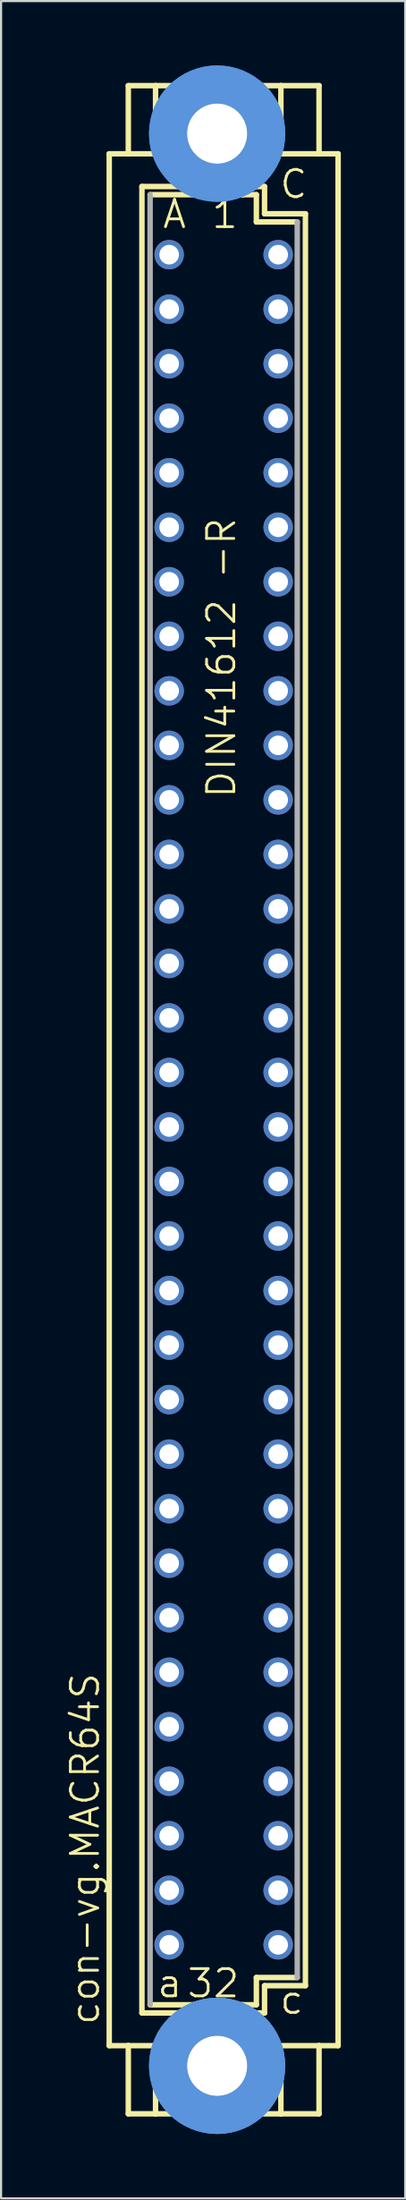
<source format=kicad_pcb>
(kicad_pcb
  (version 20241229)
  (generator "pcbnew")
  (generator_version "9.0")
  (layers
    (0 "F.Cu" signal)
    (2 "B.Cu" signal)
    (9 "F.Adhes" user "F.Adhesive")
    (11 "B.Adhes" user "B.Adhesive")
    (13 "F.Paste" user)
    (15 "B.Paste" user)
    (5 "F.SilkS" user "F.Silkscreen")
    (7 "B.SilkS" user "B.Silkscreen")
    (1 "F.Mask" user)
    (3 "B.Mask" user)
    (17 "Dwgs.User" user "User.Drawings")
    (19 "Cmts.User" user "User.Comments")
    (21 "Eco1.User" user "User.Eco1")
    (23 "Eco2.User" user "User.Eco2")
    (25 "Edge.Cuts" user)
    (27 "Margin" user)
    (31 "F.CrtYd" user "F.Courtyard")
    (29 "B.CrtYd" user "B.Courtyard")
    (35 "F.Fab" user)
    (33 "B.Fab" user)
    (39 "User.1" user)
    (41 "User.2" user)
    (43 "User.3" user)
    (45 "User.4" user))
  (footprint "con-vg.MACR64S"
    (layer "F.Cu")
    (at 7.375 48.184)
    (property "Reference" "con-vg.MACR64S" (at -5.715 43.18 90) (layer "F.SilkS") (effects (font (size 1.27 1.27) (thickness 0.13)) (justify left bottom)))
    (attr through_hole)
    (fp_line (start -5.334 -44.069) (end -4.445 -44.069) (stroke (width 0.254) (type default)) (layer "F.SilkS"))
    (fp_line (start -5.334 44.069) (end -5.334 -44.069) (stroke (width 0.254) (type default)) (layer "F.SilkS"))
    (fp_line (start -5.334 44.069) (end -4.445 44.069) (stroke (width 0.254) (type default)) (layer "F.SilkS"))
    (fp_line (start -4.445 -47.244) (end -4.445 -44.069) (stroke (width 0.254) (type default)) (layer "F.SilkS"))
    (fp_line (start -4.445 -44.069) (end -2.921 -44.069) (stroke (width 0.254) (type default)) (layer "F.SilkS"))
    (fp_line (start -4.445 44.069) (end -4.445 47.244) (stroke (width 0.254) (type default)) (layer "F.SilkS"))
    (fp_line (start -4.445 44.069) (end -2.921 44.069) (stroke (width 0.254) (type default)) (layer "F.SilkS"))
    (fp_line (start -3.81 -42.545) (end -3.81 42.545) (stroke (width 0.254) (type default)) (layer "F.SilkS"))
    (fp_line (start -3.81 42.545) (end -1.651 42.545) (stroke (width 0.254) (type default)) (layer "F.SilkS"))
    (fp_line (start -3.429 -42.164) (end -1.27 -42.164) (stroke (width 0.254) (type default)) (layer "F.SilkS"))
    (fp_line (start -3.429 42.164) (end -1.397 42.164) (stroke (width 0.254) (type default)) (layer "F.SilkS"))
    (fp_line (start -3.175 -47.244) (end -4.445 -47.244) (stroke (width 0.254) (type default)) (layer "F.SilkS"))
    (fp_line (start -3.175 -47.244) (end -3.175 -44.45) (stroke (width 0.254) (type default)) (layer "F.SilkS"))
    (fp_line (start -3.175 47.244) (end -4.445 47.244) (stroke (width 0.254) (type default)) (layer "F.SilkS"))
    (fp_line (start -3.175 47.244) (end -3.175 44.45) (stroke (width 0.254) (type default)) (layer "F.SilkS"))
    (fp_line (start -3.175 47.244) (end 2.667 47.244) (stroke (width 0.254) (type default)) (layer "F.SilkS"))
    (fp_line (start -1.651 -42.545) (end -3.81 -42.545) (stroke (width 0.254) (type default)) (layer "F.SilkS"))
    (fp_line (start -1.651 -42.545) (end -3.175 -44.45) (stroke (width 0.254) (type default)) (layer "F.SilkS"))
    (fp_line (start -1.651 -42.545) (end -1.27 -42.164) (stroke (width 0.254) (type default)) (layer "F.SilkS"))
    (fp_line (start -1.651 42.545) (end -3.175 44.45) (stroke (width 0.254) (type default)) (layer "F.SilkS"))
    (fp_line (start -1.651 42.545) (end -1.397 42.164) (stroke (width 0.254) (type default)) (layer "F.SilkS"))
    (fp_line (start -1.397 42.164) (end 0.889 42.164) (stroke (width 0.254) (type default)) (layer "F.SilkS"))
    (fp_line (start -1.27 -42.164) (end 0.889 -42.164) (stroke (width 0.254) (type default)) (layer "F.SilkS"))
    (fp_line (start 0.889 -42.164) (end 1.143 -42.545) (stroke (width 0.254) (type default)) (layer "F.SilkS"))
    (fp_line (start 0.889 -42.164) (end 1.524 -42.164) (stroke (width 0.254) (type default)) (layer "F.SilkS"))
    (fp_line (start 0.889 42.164) (end 1.524 42.164) (stroke (width 0.254) (type default)) (layer "F.SilkS"))
    (fp_line (start 1.143 -42.545) (end 2.667 -44.45) (stroke (width 0.254) (type default)) (layer "F.SilkS"))
    (fp_line (start 1.143 42.545) (end 0.889 42.164) (stroke (width 0.254) (type default)) (layer "F.SilkS"))
    (fp_line (start 1.143 42.545) (end 1.905 42.545) (stroke (width 0.254) (type default)) (layer "F.SilkS"))
    (fp_line (start 1.143 42.545) (end 2.667 44.45) (stroke (width 0.254) (type default)) (layer "F.SilkS"))
    (fp_line (start 1.524 -42.164) (end 1.524 -40.894) (stroke (width 0.254) (type default)) (layer "F.SilkS"))
    (fp_line (start 1.524 -40.894) (end 3.429 -40.894) (stroke (width 0.254) (type default)) (layer "F.SilkS"))
    (fp_line (start 1.524 40.894) (end 3.429 40.894) (stroke (width 0.254) (type default)) (layer "F.SilkS"))
    (fp_line (start 1.524 42.164) (end 1.524 40.894) (stroke (width 0.254) (type default)) (layer "F.SilkS"))
    (fp_line (start 1.905 -42.545) (end 1.143 -42.545) (stroke (width 0.254) (type default)) (layer "F.SilkS"))
    (fp_line (start 1.905 -41.275) (end 1.905 -42.545) (stroke (width 0.254) (type default)) (layer "F.SilkS"))
    (fp_line (start 1.905 41.275) (end 3.81 41.275) (stroke (width 0.254) (type default)) (layer "F.SilkS"))
    (fp_line (start 1.905 42.545) (end 1.905 41.275) (stroke (width 0.254) (type default)) (layer "F.SilkS"))
    (fp_line (start 2.667 -47.244) (end -3.175 -47.244) (stroke (width 0.254) (type default)) (layer "F.SilkS"))
    (fp_line (start 2.667 -47.244) (end 2.667 -44.45) (stroke (width 0.254) (type default)) (layer "F.SilkS"))
    (fp_line (start 2.667 -47.244) (end 4.445 -47.244) (stroke (width 0.254) (type default)) (layer "F.SilkS"))
    (fp_line (start 2.667 47.244) (end 2.667 44.45) (stroke (width 0.254) (type default)) (layer "F.SilkS"))
    (fp_line (start 2.667 47.244) (end 4.445 47.244) (stroke (width 0.254) (type default)) (layer "F.SilkS"))
    (fp_line (start 3.81 -41.275) (end 1.905 -41.275) (stroke (width 0.254) (type default)) (layer "F.SilkS"))
    (fp_line (start 3.81 41.275) (end 3.81 -41.275) (stroke (width 0.254) (type default)) (layer "F.SilkS"))
    (fp_line (start 4.445 -47.244) (end 4.445 -44.069) (stroke (width 0.254) (type default)) (layer "F.SilkS"))
    (fp_line (start 4.445 -44.069) (end 2.413 -44.069) (stroke (width 0.254) (type default)) (layer "F.SilkS"))
    (fp_line (start 4.445 44.069) (end 2.413 44.069) (stroke (width 0.254) (type default)) (layer "F.SilkS"))
    (fp_line (start 4.445 44.069) (end 4.445 47.244) (stroke (width 0.254) (type default)) (layer "F.SilkS"))
    (fp_line (start 5.334 -44.069) (end 4.445 -44.069) (stroke (width 0.254) (type default)) (layer "F.SilkS"))
    (fp_line (start 5.334 44.069) (end 4.445 44.069) (stroke (width 0.254) (type default)) (layer "F.SilkS"))
    (fp_line (start 5.334 44.069) (end 5.334 -44.069) (stroke (width 0.254) (type default)) (layer "F.SilkS"))
    (fp_circle (center -0.305 -45.009) (end 0.965 -45.009) (stroke (width 0.254) (type default)) (fill no) (layer "F.SilkS"))
    (fp_circle (center -0.305 45.009) (end 0.965 45.009) (stroke (width 0.254) (type default)) (fill no) (layer "F.SilkS"))
    (fp_circle (center -0.305 -45.009) (end 1.981 -45.009) (stroke (width 1.778) (type default)) (fill no) (layer "Cmts.User"))
    (fp_circle (center -0.305 -45.009) (end 1.981 -45.009) (stroke (width 1.778) (type default)) (fill no) (layer "Cmts.User"))
    (fp_circle (center -0.305 45.009) (end 1.981 45.009) (stroke (width 1.778) (type default)) (fill no) (layer "Cmts.User"))
    (fp_circle (center -0.305 45.009) (end 1.981 45.009) (stroke (width 1.778) (type default)) (fill no) (layer "Cmts.User"))
    (fp_line (start -3.429 -42.164) (end -3.429 42.164) (stroke (width 0.254) (type default)) (layer "F.Fab"))
    (fp_line (start 3.429 -40.894) (end 3.429 40.894) (stroke (width 0.254) (type default)) (layer "F.Fab"))
    (fp_rect (start -2.794 -39.116) (end -2.286 -39.624) (stroke (width 0.05) (type default)) (fill no) (layer "F.Fab"))
    (fp_rect (start -2.794 -36.576) (end -2.286 -37.084) (stroke (width 0.05) (type default)) (fill no) (layer "F.Fab"))
    (fp_rect (start -2.794 -34.036) (end -2.286 -34.544) (stroke (width 0.05) (type default)) (fill no) (layer "F.Fab"))
    (fp_rect (start -2.794 -31.496) (end -2.286 -32.004) (stroke (width 0.05) (type default)) (fill no) (layer "F.Fab"))
    (fp_rect (start -2.794 -28.956) (end -2.286 -29.464) (stroke (width 0.05) (type default)) (fill no) (layer "F.Fab"))
    (fp_rect (start -2.794 -26.416) (end -2.286 -26.924) (stroke (width 0.05) (type default)) (fill no) (layer "F.Fab"))
    (fp_rect (start -2.794 -23.876) (end -2.286 -24.384) (stroke (width 0.05) (type default)) (fill no) (layer "F.Fab"))
    (fp_rect (start -2.794 -21.336) (end -2.286 -21.844) (stroke (width 0.05) (type default)) (fill no) (layer "F.Fab"))
    (fp_rect (start -2.794 -18.796) (end -2.286 -19.304) (stroke (width 0.05) (type default)) (fill no) (layer "F.Fab"))
    (fp_rect (start -2.794 -16.256) (end -2.286 -16.764) (stroke (width 0.05) (type default)) (fill no) (layer "F.Fab"))
    (fp_rect (start -2.794 -13.716) (end -2.286 -14.224) (stroke (width 0.05) (type default)) (fill no) (layer "F.Fab"))
    (fp_rect (start -2.794 -11.176) (end -2.286 -11.684) (stroke (width 0.05) (type default)) (fill no) (layer "F.Fab"))
    (fp_rect (start -2.794 -8.636) (end -2.286 -9.144) (stroke (width 0.05) (type default)) (fill no) (layer "F.Fab"))
    (fp_rect (start -2.794 -6.096) (end -2.286 -6.604) (stroke (width 0.05) (type default)) (fill no) (layer "F.Fab"))
    (fp_rect (start -2.794 -3.556) (end -2.286 -4.064) (stroke (width 0.05) (type default)) (fill no) (layer "F.Fab"))
    (fp_rect (start -2.794 -1.016) (end -2.286 -1.524) (stroke (width 0.05) (type default)) (fill no) (layer "F.Fab"))
    (fp_rect (start -2.794 1.524) (end -2.286 1.016) (stroke (width 0.05) (type default)) (fill no) (layer "F.Fab"))
    (fp_rect (start -2.794 4.064) (end -2.286 3.556) (stroke (width 0.05) (type default)) (fill no) (layer "F.Fab"))
    (fp_rect (start -2.794 6.604) (end -2.286 6.096) (stroke (width 0.05) (type default)) (fill no) (layer "F.Fab"))
    (fp_rect (start -2.794 9.144) (end -2.286 8.636) (stroke (width 0.05) (type default)) (fill no) (layer "F.Fab"))
    (fp_rect (start -2.794 11.684) (end -2.286 11.176) (stroke (width 0.05) (type default)) (fill no) (layer "F.Fab"))
    (fp_rect (start -2.794 14.224) (end -2.286 13.716) (stroke (width 0.05) (type default)) (fill no) (layer "F.Fab"))
    (fp_rect (start -2.794 16.764) (end -2.286 16.256) (stroke (width 0.05) (type default)) (fill no) (layer "F.Fab"))
    (fp_rect (start -2.794 19.304) (end -2.286 18.796) (stroke (width 0.05) (type default)) (fill no) (layer "F.Fab"))
    (fp_rect (start -2.794 21.844) (end -2.286 21.336) (stroke (width 0.05) (type default)) (fill no) (layer "F.Fab"))
    (fp_rect (start -2.794 24.384) (end -2.286 23.876) (stroke (width 0.05) (type default)) (fill no) (layer "F.Fab"))
    (fp_rect (start -2.794 26.924) (end -2.286 26.416) (stroke (width 0.05) (type default)) (fill no) (layer "F.Fab"))
    (fp_rect (start -2.794 29.464) (end -2.286 28.956) (stroke (width 0.05) (type default)) (fill no) (layer "F.Fab"))
    (fp_rect (start -2.794 32.004) (end -2.286 31.496) (stroke (width 0.05) (type default)) (fill no) (layer "F.Fab"))
    (fp_rect (start -2.794 34.544) (end -2.286 34.036) (stroke (width 0.05) (type default)) (fill no) (layer "F.Fab"))
    (fp_rect (start -2.794 37.084) (end -2.286 36.576) (stroke (width 0.05) (type default)) (fill no) (layer "F.Fab"))
    (fp_rect (start -2.794 39.624) (end -2.286 39.116) (stroke (width 0.05) (type default)) (fill no) (layer "F.Fab"))
    (fp_rect (start 2.286 -39.116) (end 2.794 -39.624) (stroke (width 0.05) (type default)) (fill no) (layer "F.Fab"))
    (fp_rect (start 2.286 -36.576) (end 2.794 -37.084) (stroke (width 0.05) (type default)) (fill no) (layer "F.Fab"))
    (fp_rect (start 2.286 -34.036) (end 2.794 -34.544) (stroke (width 0.05) (type default)) (fill no) (layer "F.Fab"))
    (fp_rect (start 2.286 -31.496) (end 2.794 -32.004) (stroke (width 0.05) (type default)) (fill no) (layer "F.Fab"))
    (fp_rect (start 2.286 -28.956) (end 2.794 -29.464) (stroke (width 0.05) (type default)) (fill no) (layer "F.Fab"))
    (fp_rect (start 2.286 -26.416) (end 2.794 -26.924) (stroke (width 0.05) (type default)) (fill no) (layer "F.Fab"))
    (fp_rect (start 2.286 -23.876) (end 2.794 -24.384) (stroke (width 0.05) (type default)) (fill no) (layer "F.Fab"))
    (fp_rect (start 2.286 -21.336) (end 2.794 -21.844) (stroke (width 0.05) (type default)) (fill no) (layer "F.Fab"))
    (fp_rect (start 2.286 -18.796) (end 2.794 -19.304) (stroke (width 0.05) (type default)) (fill no) (layer "F.Fab"))
    (fp_rect (start 2.286 -16.256) (end 2.794 -16.764) (stroke (width 0.05) (type default)) (fill no) (layer "F.Fab"))
    (fp_rect (start 2.286 -13.716) (end 2.794 -14.224) (stroke (width 0.05) (type default)) (fill no) (layer "F.Fab"))
    (fp_rect (start 2.286 -11.176) (end 2.794 -11.684) (stroke (width 0.05) (type default)) (fill no) (layer "F.Fab"))
    (fp_rect (start 2.286 -8.636) (end 2.794 -9.144) (stroke (width 0.05) (type default)) (fill no) (layer "F.Fab"))
    (fp_rect (start 2.286 -6.096) (end 2.794 -6.604) (stroke (width 0.05) (type default)) (fill no) (layer "F.Fab"))
    (fp_rect (start 2.286 -3.556) (end 2.794 -4.064) (stroke (width 0.05) (type default)) (fill no) (layer "F.Fab"))
    (fp_rect (start 2.286 -1.016) (end 2.794 -1.524) (stroke (width 0.05) (type default)) (fill no) (layer "F.Fab"))
    (fp_rect (start 2.286 1.524) (end 2.794 1.016) (stroke (width 0.05) (type default)) (fill no) (layer "F.Fab"))
    (fp_rect (start 2.286 4.064) (end 2.794 3.556) (stroke (width 0.05) (type default)) (fill no) (layer "F.Fab"))
    (fp_rect (start 2.286 6.604) (end 2.794 6.096) (stroke (width 0.05) (type default)) (fill no) (layer "F.Fab"))
    (fp_rect (start 2.286 9.144) (end 2.794 8.636) (stroke (width 0.05) (type default)) (fill no) (layer "F.Fab"))
    (fp_rect (start 2.286 11.684) (end 2.794 11.176) (stroke (width 0.05) (type default)) (fill no) (layer "F.Fab"))
    (fp_rect (start 2.286 14.224) (end 2.794 13.716) (stroke (width 0.05) (type default)) (fill no) (layer "F.Fab"))
    (fp_rect (start 2.286 16.764) (end 2.794 16.256) (stroke (width 0.05) (type default)) (fill no) (layer "F.Fab"))
    (fp_rect (start 2.286 19.304) (end 2.794 18.796) (stroke (width 0.05) (type default)) (fill no) (layer "F.Fab"))
    (fp_rect (start 2.286 21.844) (end 2.794 21.336) (stroke (width 0.05) (type default)) (fill no) (layer "F.Fab"))
    (fp_rect (start 2.286 24.384) (end 2.794 23.876) (stroke (width 0.05) (type default)) (fill no) (layer "F.Fab"))
    (fp_rect (start 2.286 26.924) (end 2.794 26.416) (stroke (width 0.05) (type default)) (fill no) (layer "F.Fab"))
    (fp_rect (start 2.286 29.464) (end 2.794 28.956) (stroke (width 0.05) (type default)) (fill no) (layer "F.Fab"))
    (fp_rect (start 2.286 32.004) (end 2.794 31.496) (stroke (width 0.05) (type default)) (fill no) (layer "F.Fab"))
    (fp_rect (start 2.286 34.544) (end 2.794 34.036) (stroke (width 0.05) (type default)) (fill no) (layer "F.Fab"))
    (fp_rect (start 2.286 37.084) (end 2.794 36.576) (stroke (width 0.05) (type default)) (fill no) (layer "F.Fab"))
    (fp_rect (start 2.286 39.624) (end 2.794 39.116) (stroke (width 0.05) (type default)) (fill no) (layer "F.Fab"))
    (fp_text user "32" (at -1.778 41.91 0) (layer "F.SilkS") (effects (font (size 1.27 1.27) (thickness 0.13)) (justify left bottom)))
    (fp_text user "1" (at -0.635 -40.513 0) (layer "F.SilkS") (effects (font (size 1.27 1.27) (thickness 0.13)) (justify left bottom)))
    (fp_text user "a" (at -3.175 41.91 0) (layer "F.SilkS") (effects (font (size 1.27 1.27) (thickness 0.13)) (justify left bottom)))
    (fp_text user "DIN41612 -R" (at 0.635 -13.97 90) (layer "F.SilkS") (effects (font (size 1.27 1.27) (thickness 0.13)) (justify left bottom)))
    (fp_text user "A" (at -2.921 -40.513 0) (layer "F.SilkS") (effects (font (size 1.27 1.27) (thickness 0.13)) (justify left bottom)))
    (fp_text user "C" (at 2.54 -41.91 0) (layer "F.SilkS") (effects (font (size 1.27 1.27) (thickness 0.13)) (justify left bottom)))
    (fp_text user "c" (at 2.54 42.68 0) (layer "F.SilkS") (effects (font (size 1.27 1.27) (thickness 0.13)) (justify left bottom)))
    (pad "" np_thru_hole circle (at -0.305 -45.009) (size 2.794 2.794) (drill 2.794) (layers "*.Cu" "*.Mask"))
    (pad "" np_thru_hole circle (at -0.305 45.009) (size 2.794 2.794) (drill 2.794) (layers "*.Cu" "*.Mask"))
    (pad "A1" thru_hole circle (at -2.54 -39.37) (size 1.372 1.372) (drill 0.914) (layers "*.Cu" "*.Mask"))
    (pad "A2" thru_hole circle (at -2.54 -36.83) (size 1.372 1.372) (drill 0.914) (layers "*.Cu" "*.Mask"))
    (pad "A3" thru_hole circle (at -2.54 -34.29) (size 1.372 1.372) (drill 0.914) (layers "*.Cu" "*.Mask"))
    (pad "A4" thru_hole circle (at -2.54 -31.75) (size 1.372 1.372) (drill 0.914) (layers "*.Cu" "*.Mask"))
    (pad "A5" thru_hole circle (at -2.54 -29.21) (size 1.372 1.372) (drill 0.914) (layers "*.Cu" "*.Mask"))
    (pad "A6" thru_hole circle (at -2.54 -26.67) (size 1.372 1.372) (drill 0.914) (layers "*.Cu" "*.Mask"))
    (pad "A7" thru_hole circle (at -2.54 -24.13) (size 1.372 1.372) (drill 0.914) (layers "*.Cu" "*.Mask"))
    (pad "A8" thru_hole circle (at -2.54 -21.59) (size 1.372 1.372) (drill 0.914) (layers "*.Cu" "*.Mask"))
    (pad "A9" thru_hole circle (at -2.54 -19.05) (size 1.372 1.372) (drill 0.914) (layers "*.Cu" "*.Mask"))
    (pad "A10" thru_hole circle (at -2.54 -16.51) (size 1.372 1.372) (drill 0.914) (layers "*.Cu" "*.Mask"))
    (pad "A11" thru_hole circle (at -2.54 -13.97) (size 1.372 1.372) (drill 0.914) (layers "*.Cu" "*.Mask"))
    (pad "A12" thru_hole circle (at -2.54 -11.43) (size 1.372 1.372) (drill 0.914) (layers "*.Cu" "*.Mask"))
    (pad "A13" thru_hole circle (at -2.54 -8.89) (size 1.372 1.372) (drill 0.914) (layers "*.Cu" "*.Mask"))
    (pad "A14" thru_hole circle (at -2.54 -6.35) (size 1.372 1.372) (drill 0.914) (layers "*.Cu" "*.Mask"))
    (pad "A15" thru_hole circle (at -2.54 -3.81) (size 1.372 1.372) (drill 0.914) (layers "*.Cu" "*.Mask"))
    (pad "A16" thru_hole circle (at -2.54 -1.27) (size 1.372 1.372) (drill 0.914) (layers "*.Cu" "*.Mask"))
    (pad "A17" thru_hole circle (at -2.54 1.27) (size 1.372 1.372) (drill 0.914) (layers "*.Cu" "*.Mask"))
    (pad "A18" thru_hole circle (at -2.54 3.81) (size 1.372 1.372) (drill 0.914) (layers "*.Cu" "*.Mask"))
    (pad "A19" thru_hole circle (at -2.54 6.35) (size 1.372 1.372) (drill 0.914) (layers "*.Cu" "*.Mask"))
    (pad "A20" thru_hole circle (at -2.54 8.89) (size 1.372 1.372) (drill 0.914) (layers "*.Cu" "*.Mask"))
    (pad "A21" thru_hole circle (at -2.54 11.43) (size 1.372 1.372) (drill 0.914) (layers "*.Cu" "*.Mask"))
    (pad "A22" thru_hole circle (at -2.54 13.97) (size 1.372 1.372) (drill 0.914) (layers "*.Cu" "*.Mask"))
    (pad "A23" thru_hole circle (at -2.54 16.51) (size 1.372 1.372) (drill 0.914) (layers "*.Cu" "*.Mask"))
    (pad "A24" thru_hole circle (at -2.54 19.05) (size 1.372 1.372) (drill 0.914) (layers "*.Cu" "*.Mask"))
    (pad "A25" thru_hole circle (at -2.54 21.59) (size 1.372 1.372) (drill 0.914) (layers "*.Cu" "*.Mask"))
    (pad "A26" thru_hole circle (at -2.54 24.13) (size 1.372 1.372) (drill 0.914) (layers "*.Cu" "*.Mask"))
    (pad "A27" thru_hole circle (at -2.54 26.67) (size 1.372 1.372) (drill 0.914) (layers "*.Cu" "*.Mask"))
    (pad "A28" thru_hole circle (at -2.54 29.21) (size 1.372 1.372) (drill 0.914) (layers "*.Cu" "*.Mask"))
    (pad "A29" thru_hole circle (at -2.54 31.75) (size 1.372 1.372) (drill 0.914) (layers "*.Cu" "*.Mask"))
    (pad "A30" thru_hole circle (at -2.54 34.29) (size 1.372 1.372) (drill 0.914) (layers "*.Cu" "*.Mask"))
    (pad "A31" thru_hole circle (at -2.54 36.83) (size 1.372 1.372) (drill 0.914) (layers "*.Cu" "*.Mask"))
    (pad "A32" thru_hole circle (at -2.54 39.37) (size 1.372 1.372) (drill 0.914) (layers "*.Cu" "*.Mask"))
    (pad "C1" thru_hole circle (at 2.54 -39.37) (size 1.372 1.372) (drill 0.914) (layers "*.Cu" "*.Mask"))
    (pad "C2" thru_hole circle (at 2.54 -36.83) (size 1.372 1.372) (drill 0.914) (layers "*.Cu" "*.Mask"))
    (pad "C3" thru_hole circle (at 2.54 -34.29) (size 1.372 1.372) (drill 0.914) (layers "*.Cu" "*.Mask"))
    (pad "C4" thru_hole circle (at 2.54 -31.75) (size 1.372 1.372) (drill 0.914) (layers "*.Cu" "*.Mask"))
    (pad "C5" thru_hole circle (at 2.54 -29.21) (size 1.372 1.372) (drill 0.914) (layers "*.Cu" "*.Mask"))
    (pad "C6" thru_hole circle (at 2.54 -26.67) (size 1.372 1.372) (drill 0.914) (layers "*.Cu" "*.Mask"))
    (pad "C7" thru_hole circle (at 2.54 -24.13) (size 1.372 1.372) (drill 0.914) (layers "*.Cu" "*.Mask"))
    (pad "C8" thru_hole circle (at 2.54 -21.59) (size 1.372 1.372) (drill 0.914) (layers "*.Cu" "*.Mask"))
    (pad "C9" thru_hole circle (at 2.54 -19.05) (size 1.372 1.372) (drill 0.914) (layers "*.Cu" "*.Mask"))
    (pad "C10" thru_hole circle (at 2.54 -16.51) (size 1.372 1.372) (drill 0.914) (layers "*.Cu" "*.Mask"))
    (pad "C11" thru_hole circle (at 2.54 -13.97) (size 1.372 1.372) (drill 0.914) (layers "*.Cu" "*.Mask"))
    (pad "C12" thru_hole circle (at 2.54 -11.43) (size 1.372 1.372) (drill 0.914) (layers "*.Cu" "*.Mask"))
    (pad "C13" thru_hole circle (at 2.54 -8.89) (size 1.372 1.372) (drill 0.914) (layers "*.Cu" "*.Mask"))
    (pad "C14" thru_hole circle (at 2.54 -6.35) (size 1.372 1.372) (drill 0.914) (layers "*.Cu" "*.Mask"))
    (pad "C15" thru_hole circle (at 2.54 -3.81) (size 1.372 1.372) (drill 0.914) (layers "*.Cu" "*.Mask"))
    (pad "C16" thru_hole circle (at 2.54 -1.27) (size 1.372 1.372) (drill 0.914) (layers "*.Cu" "*.Mask"))
    (pad "C17" thru_hole circle (at 2.54 1.27) (size 1.372 1.372) (drill 0.914) (layers "*.Cu" "*.Mask"))
    (pad "C18" thru_hole circle (at 2.54 3.81) (size 1.372 1.372) (drill 0.914) (layers "*.Cu" "*.Mask"))
    (pad "C19" thru_hole circle (at 2.54 6.35) (size 1.372 1.372) (drill 0.914) (layers "*.Cu" "*.Mask"))
    (pad "C20" thru_hole circle (at 2.54 8.89) (size 1.372 1.372) (drill 0.914) (layers "*.Cu" "*.Mask"))
    (pad "C21" thru_hole circle (at 2.54 11.43) (size 1.372 1.372) (drill 0.914) (layers "*.Cu" "*.Mask"))
    (pad "C22" thru_hole circle (at 2.54 13.97) (size 1.372 1.372) (drill 0.914) (layers "*.Cu" "*.Mask"))
    (pad "C23" thru_hole circle (at 2.54 16.51) (size 1.372 1.372) (drill 0.914) (layers "*.Cu" "*.Mask"))
    (pad "C24" thru_hole circle (at 2.54 19.05) (size 1.372 1.372) (drill 0.914) (layers "*.Cu" "*.Mask"))
    (pad "C25" thru_hole circle (at 2.54 21.59) (size 1.372 1.372) (drill 0.914) (layers "*.Cu" "*.Mask"))
    (pad "C26" thru_hole circle (at 2.54 24.13) (size 1.372 1.372) (drill 0.914) (layers "*.Cu" "*.Mask"))
    (pad "C27" thru_hole circle (at 2.54 26.67) (size 1.372 1.372) (drill 0.914) (layers "*.Cu" "*.Mask"))
    (pad "C28" thru_hole circle (at 2.54 29.21) (size 1.372 1.372) (drill 0.914) (layers "*.Cu" "*.Mask"))
    (pad "C29" thru_hole circle (at 2.54 31.75) (size 1.372 1.372) (drill 0.914) (layers "*.Cu" "*.Mask"))
    (pad "C30" thru_hole circle (at 2.54 34.29) (size 1.372 1.372) (drill 0.914) (layers "*.Cu" "*.Mask"))
    (pad "C31" thru_hole circle (at 2.54 36.83) (size 1.372 1.372) (drill 0.914) (layers "*.Cu" "*.Mask"))
    (pad "C32" thru_hole circle (at 2.54 39.37) (size 1.372 1.372) (drill 0.914) (layers "*.Cu" "*.Mask")))
  (gr_rect
    (start -3 -3)
    (end 15.836 99.368)
    (stroke (width 0.1) (type default))
    (fill no)
    (layer "Edge.Cuts")))
</source>
